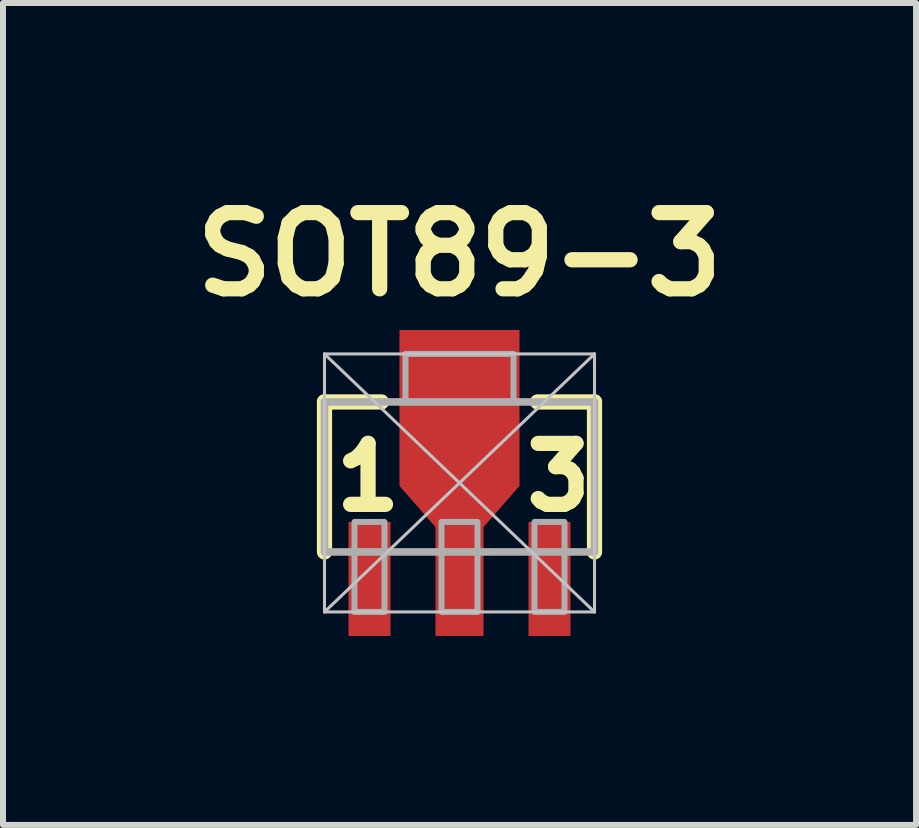
<source format=kicad_pcb>
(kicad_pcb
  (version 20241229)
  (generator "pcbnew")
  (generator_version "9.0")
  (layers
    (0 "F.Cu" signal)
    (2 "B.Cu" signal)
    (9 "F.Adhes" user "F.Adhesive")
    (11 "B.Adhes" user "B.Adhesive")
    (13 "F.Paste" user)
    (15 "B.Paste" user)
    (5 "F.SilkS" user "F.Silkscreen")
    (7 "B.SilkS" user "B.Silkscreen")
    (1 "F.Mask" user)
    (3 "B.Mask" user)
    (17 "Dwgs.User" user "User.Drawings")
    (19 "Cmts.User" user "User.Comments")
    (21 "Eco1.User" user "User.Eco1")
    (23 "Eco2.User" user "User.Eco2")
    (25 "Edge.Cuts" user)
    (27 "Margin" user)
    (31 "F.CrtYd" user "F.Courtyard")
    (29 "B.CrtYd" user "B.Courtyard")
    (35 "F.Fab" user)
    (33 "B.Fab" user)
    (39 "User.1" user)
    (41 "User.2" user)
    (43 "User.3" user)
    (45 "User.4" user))
  (footprint "SOT89-3"
    (layer "F.Cu")
    (at 4.608 4.999)
    (property "Reference" "SOT89-3" (at 0 -3.81 0) (layer "F.SilkS") (effects (font (size 1.27 1.27) (thickness 0.254))))
    (attr smd)
    (fp_line (start -2.25 -1.35) (end -2.25 1.15) (stroke (width 0.254) (type solid)) (layer "F.SilkS"))
    (fp_line (start -2.25 -1.35) (end -1.3 -1.35) (stroke (width 0.254) (type solid)) (layer "F.SilkS"))
    (fp_line (start 2.25 -1.35) (end 1.3 -1.35) (stroke (width 0.254) (type solid)) (layer "F.SilkS"))
    (fp_line (start 2.25 -1.35) (end 2.25 1.15) (stroke (width 0.254) (type solid)) (layer "F.SilkS"))
    (fp_line (start -2.25 -2.15) (end -2.25 2.15) (stroke (width 0.051) (type solid)) (layer "Dwgs.User"))
    (fp_line (start -2.25 -2.15) (end 2.25 2.15) (stroke (width 0.051) (type solid)) (layer "Dwgs.User"))
    (fp_line (start -2.25 2.15) (end 2.25 2.15) (stroke (width 0.051) (type solid)) (layer "Dwgs.User"))
    (fp_line (start 2.25 -2.15) (end -2.25 -2.15) (stroke (width 0.051) (type solid)) (layer "Dwgs.User"))
    (fp_line (start 2.25 -2.15) (end -2.25 2.15) (stroke (width 0.051) (type solid)) (layer "Dwgs.User"))
    (fp_line (start 2.25 2.15) (end 2.25 -2.15) (stroke (width 0.051) (type solid)) (layer "Dwgs.User"))
    (fp_line (start -2.25 -1.35) (end 2.25 -1.35) (stroke (width 0.127) (type solid)) (layer "F.Fab"))
    (fp_line (start -2.25 1.15) (end -2.25 -1.35) (stroke (width 0.127) (type solid)) (layer "F.Fab"))
    (fp_line (start 2.25 -1.35) (end 2.25 1.15) (stroke (width 0.127) (type solid)) (layer "F.Fab"))
    (fp_line (start 2.25 1.15) (end -2.25 1.15) (stroke (width 0.127) (type solid)) (layer "F.Fab"))
    (fp_poly (pts (xy -1.25 2.15) (xy -1.75 2.15) (xy -1.75 0.65) (xy -1.25 0.65)) (stroke (width 0.1) (type solid)) (fill no) (layer "F.Fab"))
    (fp_poly (pts (xy 0.3 2.15) (xy -0.3 2.15) (xy -0.3 0.65) (xy 0.3 0.65)) (stroke (width 0.1) (type solid)) (fill no) (layer "F.Fab"))
    (fp_poly (pts (xy 0.9 -1.35) (xy -0.9 -1.35) (xy -0.9 -2.15) (xy 0.9 -2.15)) (stroke (width 0.1) (type solid)) (fill no) (layer "F.Fab"))
    (fp_poly (pts (xy 1.75 2.15) (xy 1.25 2.15) (xy 1.25 0.65) (xy 1.75 0.65)) (stroke (width 0.1) (type solid)) (fill no) (layer "F.Fab"))
    (fp_text user "1" (at -1.524 -0.1 0) (layer "F.SilkS") (effects (font (size 1.016 1.016) (thickness 0.254))))
    (fp_text user "3" (at 1.651 -0.1 0) (layer "F.SilkS") (effects (font (size 1.016 1.016) (thickness 0.254))))
    (pad "" smd rect (at -1.5 1.6) (size 1 2.2) (layers "F.Paste"))
    (pad "" smd rect (at 0 -1.25) (size 2.4 2.9) (layers "F.Paste"))
    (pad "" smd rect (at 0 1.6) (size 1 2.2) (layers "F.Paste"))
    (pad "" smd rect (at 1.5 1.6) (size 1 2.2) (layers "F.Paste"))
    (pad "1" smd rect (at -1.5 1.6) (size 0.7 1.9) (layers "F.Cu" "F.Mask"))
    (pad "2" smd rect (at 0 -1.25) (size 2 2.6) (layers "F.Cu" "F.Mask"))
    (pad "2" smd trapezoid (at 0 0.45 180) (size 1.3 0.8) (rect_delta 0 0.7) (layers "F.Cu" "F.Mask"))
    (pad "2" smd rect (at 0 1.6) (size 0.8 1.9) (layers "F.Cu" "F.Mask"))
    (pad "3" smd rect (at 1.5 1.6) (size 0.7 1.9) (layers "F.Cu" "F.Mask")))
  (gr_rect
    (start -3 -3)
    (end 12.217 10.699)
    (stroke (width 0.1) (type default))
    (fill no)
    (layer "Edge.Cuts")))
</source>
